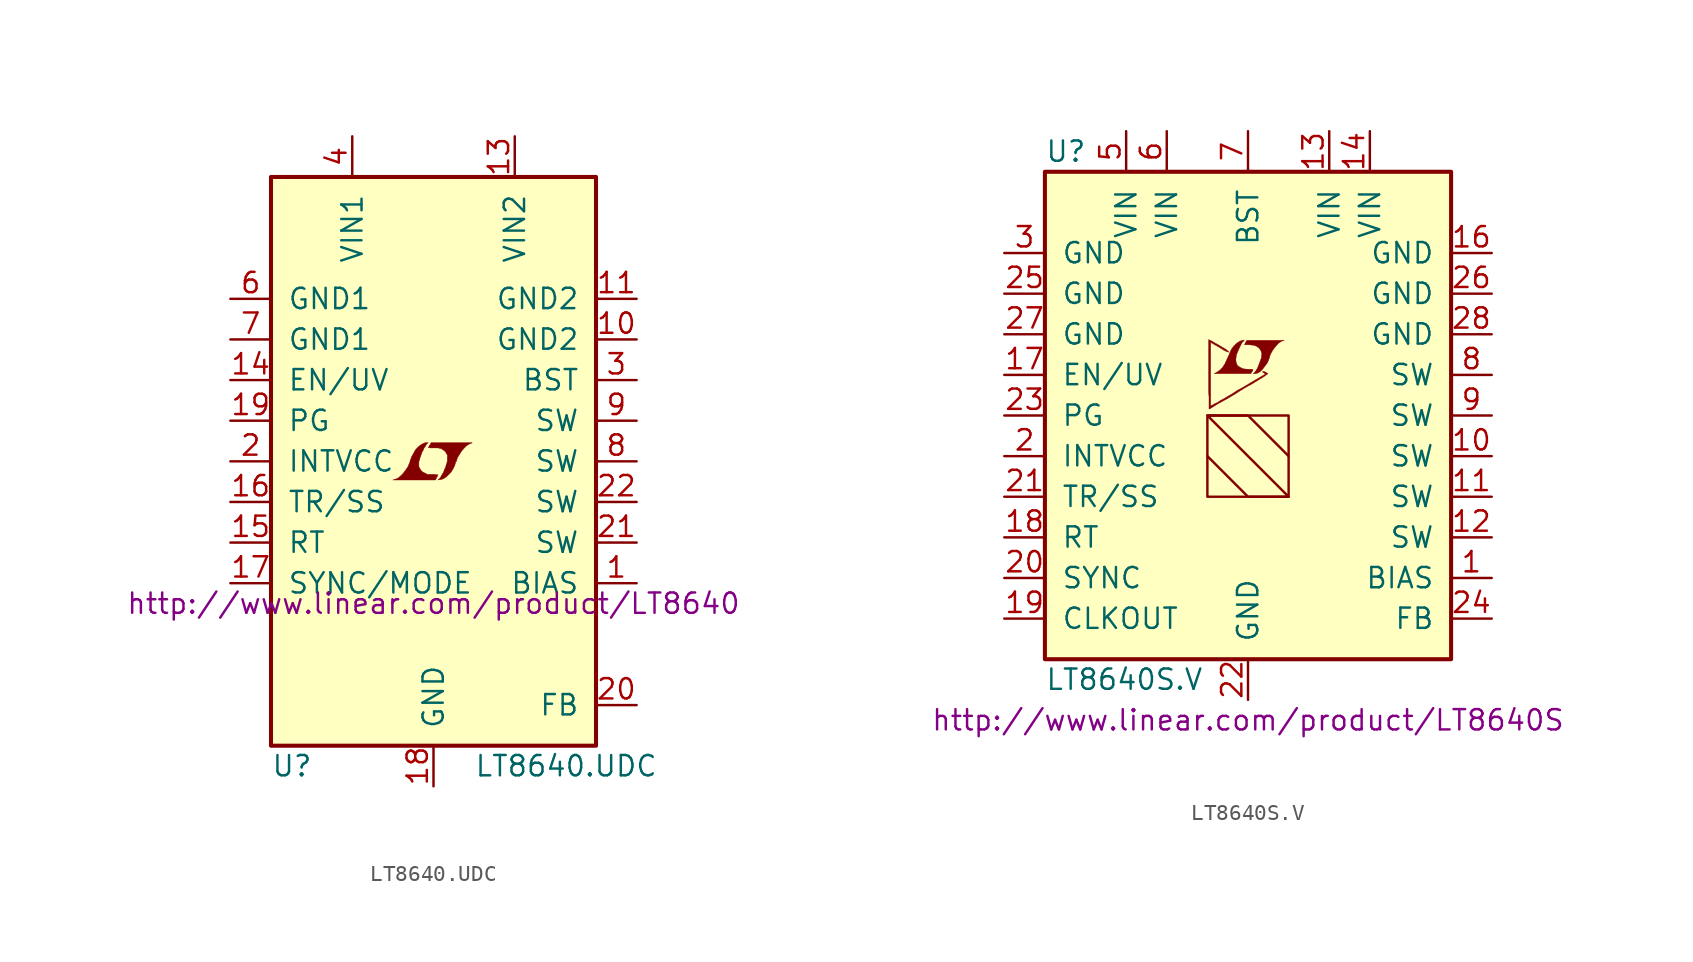
<source format=kicad_sym>
(kicad_symbol_lib
  (version 20201005)
  (generator kicad_symbol_editor)
  (symbol "LT8640.UDC"
    (pin_names
      (offset 1.016))
    (property "Reference" "U"
      (at -10.16 -19.05 0)
      (effects (font (size 1.27 1.27)) (justify left)))
    (property "Value" "LT8640.UDC"
      (at 2.54 -19.05 0)
      (effects (font (size 1.27 1.27)) (justify left)))
    (property "Datasheet" "http://www.linear.com/product/LT8640"
      (at 0 -8.89 0)
      (effects (font (size 1.27 1.27))))
    (symbol "LT8640.UDC_0_0"
      (polyline (pts (xy 0.203 -0.991) (xy 0.229 -0.965) (xy 0.279 -0.864) (xy 0.279 -0.838) (xy 0.152 -0.838) (xy 0.051 -0.813) (xy -0.406 -0.813) (xy -0.432 -0.787) (xy -0.686 -0.66) (xy -0.787 -0.559) (xy -0.864 -0.432) (xy -0.914 -0.33) (xy -0.914 -0.025) (xy -0.864 0.127) (xy -0.838 0.229) (xy -0.813 0.305) (xy -0.762 0.432) (xy -0.711 0.584) (xy -0.635 0.711) (xy -0.584 0.838) (xy -0.508 0.94) (xy -0.457 1.041) (xy -0.33 1.168) (xy -0.508 1.168) (xy -0.635 1.118) (xy -0.737 1.067) (xy -0.813 1.016) (xy -0.94 0.914) (xy -1.118 0.737) (xy -1.372 0.279) (xy -1.473 0) (xy -1.473 -0.051) (xy -1.524 -0.152) (xy -1.575 -0.279) (xy -1.626 -0.381) (xy -1.753 -0.559) (xy -1.905 -0.762) (xy -2.057 -0.914) (xy -2.21 -1.041) (xy -2.388 -1.118) (xy -2.54 -1.168) (xy 0.127 -1.168) (xy 0.203 -0.991)) (stroke (width 0.025)) (fill (type outline)))
      (polyline (pts (xy 0.406 -1.143) (xy 0.483 -1.143) (xy 0.66 -1.067) (xy 0.813 -0.965) (xy 1.092 -0.686) (xy 1.219 -0.483) (xy 1.321 -0.279) (xy 1.397 -0.025) (xy 1.422 -0.025) (xy 1.499 0.229) (xy 1.753 0.635) (xy 1.905 0.813) (xy 2.057 0.965) (xy 2.21 1.067) (xy 2.388 1.143) (xy 2.413 1.143) (xy 2.413 1.168) (xy -0.152 1.168) (xy -0.229 1.016) (xy -0.254 0.991) (xy -0.305 0.889) (xy -0.33 0.864) (xy -0.279 0.864) (xy -0.229 0.838) (xy 0.305 0.838) (xy 0.356 0.813) (xy 0.406 0.813) (xy 0.483 0.787) (xy 0.61 0.711) (xy 0.737 0.61) (xy 0.813 0.483) (xy 0.838 0.432) (xy 0.864 0.406) (xy 0.864 0) (xy 0.838 -0.051) (xy 0.838 -0.127) (xy 0.787 -0.229) (xy 0.762 -0.356) (xy 0.686 -0.508) (xy 0.635 -0.66) (xy 0.483 -0.914) (xy 0.432 -1.016) (xy 0.279 -1.168) (xy 0.406 -1.143)) (stroke (width 0.025)) (fill (type outline))))
    (symbol "LT8640.UDC_0_1"
      (rectangle (start -10.16 17.78) (end 10.16 -17.78) (stroke (width 0.254)) (fill (type background))))
    (symbol "LT8640.UDC_1_1"
      (pin passive line (at 12.7 -7.62 180) (length 2.54) (name "BIAS" (effects (font (size 1.27 1.27)))) (number "1" (effects (font (size 1.27 1.27)))))
      (pin power_in line (at 12.7 7.62 180) (length 2.54) (name "GND2" (effects (font (size 1.27 1.27)))) (number "10" (effects (font (size 1.27 1.27)))))
      (pin power_in line (at 12.7 10.16 180) (length 2.54) (name "GND2" (effects (font (size 1.27 1.27)))) (number "11" (effects (font (size 1.27 1.27)))))
      (pin power_in line (at 5.08 20.32 270) (length 2.54) (name "VIN2" (effects (font (size 1.27 1.27)))) (number "13" (effects (font (size 1.27 1.27)))))
      (pin input line (at -12.7 5.08 0) (length 2.54) (name "EN/UV" (effects (font (size 1.27 1.27)))) (number "14" (effects (font (size 1.27 1.27)))))
      (pin passive line (at -12.7 -5.08 0) (length 2.54) (name "RT" (effects (font (size 1.27 1.27)))) (number "15" (effects (font (size 1.27 1.27)))))
      (pin passive line (at -12.7 -2.54 0) (length 2.54) (name "TR/SS" (effects (font (size 1.27 1.27)))) (number "16" (effects (font (size 1.27 1.27)))))
      (pin input line (at -12.7 -7.62 0) (length 2.54) (name "SYNC/MODE" (effects (font (size 1.27 1.27)))) (number "17" (effects (font (size 1.27 1.27)))))
      (pin power_in line (at 0 -20.32 90) (length 2.54) (name "GND" (effects (font (size 1.27 1.27)))) (number "18" (effects (font (size 1.27 1.27)))))
      (pin open_collector line (at -12.7 2.54 0) (length 2.54) (name "PG" (effects (font (size 1.27 1.27)))) (number "19" (effects (font (size 1.27 1.27)))))
      (pin passive line (at -12.7 0 0) (length 2.54) (name "INTVCC" (effects (font (size 1.27 1.27)))) (number "2" (effects (font (size 1.27 1.27)))))
      (pin input line (at 12.7 -15.24 180) (length 2.54) (name "FB" (effects (font (size 1.27 1.27)))) (number "20" (effects (font (size 1.27 1.27)))))
      (pin passive line (at 12.7 -5.08 180) (length 2.54) (name "SW" (effects (font (size 1.27 1.27)))) (number "21" (effects (font (size 1.27 1.27)))))
      (pin passive line (at 12.7 -2.54 180) (length 2.54) (name "SW" (effects (font (size 1.27 1.27)))) (number "22" (effects (font (size 1.27 1.27)))))
      (pin passive line (at 12.7 5.08 180) (length 2.54) (name "BST" (effects (font (size 1.27 1.27)))) (number "3" (effects (font (size 1.27 1.27)))))
      (pin power_in line (at -5.08 20.32 270) (length 2.54) (name "VIN1" (effects (font (size 1.27 1.27)))) (number "4" (effects (font (size 1.27 1.27)))))
      (pin power_in line (at -12.7 10.16 0) (length 2.54) (name "GND1" (effects (font (size 1.27 1.27)))) (number "6" (effects (font (size 1.27 1.27)))))
      (pin power_in line (at -12.7 7.62 0) (length 2.54) (name "GND1" (effects (font (size 1.27 1.27)))) (number "7" (effects (font (size 1.27 1.27)))))
      (pin passive line (at 12.7 0 180) (length 2.54) (name "SW" (effects (font (size 1.27 1.27)))) (number "8" (effects (font (size 1.27 1.27)))))
      (pin passive line (at 12.7 2.54 180) (length 2.54) (name "SW" (effects (font (size 1.27 1.27)))) (number "9" (effects (font (size 1.27 1.27)))))))
  (symbol "LT8640S.V"
    (pin_names
      (offset 1.016))
    (property "Reference" "U"
      (at -12.7 16.51 0)
      (effects (font (size 1.27 1.27)) (justify left)))
    (property "Value" "LT8640S.V"
      (at -12.7 -16.51 0)
      (effects (font (size 1.27 1.27)) (justify left)))
    (property "Datasheet" "http://www.linear.com/product/LT8640S"
      (at 0 -19.05 0)
      (effects (font (size 1.27 1.27))))
    (symbol "LT8640S.V_0_0"
      (polyline (pts (xy 0.584 2.642) (xy 0.762 2.743) (xy 0.914 2.896) (xy 1.219 3.302) (xy 1.321 3.556) (xy 1.397 3.81) (xy 1.549 4.089) (xy 1.727 4.318) (xy 1.905 4.521) (xy 2.108 4.648) (xy 2.261 4.699) (xy -0.076 4.699) (xy -0.152 4.572) (xy -0.152 4.547) (xy -0.203 4.47) (xy -0.229 4.445) (xy -0.178 4.42) (xy 0.102 4.42) (xy 0.356 4.394) (xy 0.559 4.318) (xy 0.711 4.191) (xy 0.813 4.039) (xy 0.864 3.861) (xy 0.838 3.632) (xy 0.838 3.607) (xy 0.61 2.997) (xy 0.508 2.819) (xy 0.406 2.692) (xy 0.33 2.616) (xy 0.432 2.616) (xy 0.584 2.642)) (stroke (width 0.025)) (fill (type outline)))
      (polyline (pts (xy 0.229 2.718) (xy 0.254 2.743) (xy 0.305 2.819) (xy 0.305 2.87) (xy 0.254 2.896) (xy -0.051 2.896) (xy -0.305 2.921) (xy -0.508 3.023) (xy -0.66 3.124) (xy -0.737 3.302) (xy -0.762 3.48) (xy -0.737 3.708) (xy -0.737 3.734) (xy -0.686 3.886) (xy -0.533 4.242) (xy -0.381 4.547) (xy -0.305 4.623) (xy -0.229 4.724) (xy -0.356 4.699) (xy -0.508 4.648) (xy -0.711 4.521) (xy -0.889 4.343) (xy -1.041 4.14) (xy -1.168 3.861) (xy -1.168 3.835) (xy -1.321 3.505) (xy -1.448 3.226) (xy -1.6 2.997) (xy -1.753 2.845) (xy -1.93 2.718) (xy -2.108 2.616) (xy 0.178 2.616) (xy 0.229 2.718)) (stroke (width 0.025)) (fill (type outline)))
      (polyline (pts (xy -2.362 0.432) (xy -2.286 0.483) (xy -2.159 0.559) (xy -2.083 0.61) (xy -1.829 0.762) (xy -1.27 1.067) (xy -0.762 1.372) (xy -0.533 1.524) (xy -0.356 1.626) (xy -0.203 1.727) (xy -0.102 1.778) (xy -0.025 1.829) (xy 0.127 1.905) (xy 0.305 2.007) (xy 0.711 2.261) (xy 0.889 2.362) (xy 1.041 2.464) (xy 1.143 2.54) (xy 1.219 2.591) (xy 1.245 2.616) (xy 1.092 2.718) (xy 0.94 2.769) (xy 0.914 2.743) (xy 0.914 2.718) (xy 0.991 2.667) (xy 1.092 2.591) (xy 0.178 2.057) (xy -0.025 1.93) (xy -0.33 1.753) (xy -0.66 1.575) (xy -0.965 1.372) (xy -1.27 1.194) (xy -1.524 1.041) (xy -1.727 0.94) (xy -1.905 0.813) (xy -2.083 0.737) (xy -2.21 0.66) (xy -2.311 0.61) (xy -2.337 0.584) (xy -2.337 4.572) (xy -1.803 4.267) (xy -1.676 4.191) (xy -1.524 4.089) (xy -1.372 4.013) (xy -1.295 3.988) (xy -1.245 3.962) (xy -1.219 3.962) (xy -1.219 4.013) (xy -1.295 4.064) (xy -1.422 4.166) (xy -1.6 4.267) (xy -1.727 4.343) (xy -2.083 4.547) (xy -2.21 4.623) (xy -2.464 4.75) (xy -2.464 1.473) (xy -2.438 1.168) (xy -2.438 0.406) (xy -2.413 0.406) (xy -2.362 0.432)) (stroke (width 0.025)) (fill (type outline))))
    (symbol "LT8640S.V_0_1"
      (rectangle (start -12.7 15.24) (end 12.7 -15.24) (stroke (width 0.254)) (fill (type background)))
      (rectangle (start -2.54 0) (end 2.54 -5.08) (stroke (width 0)) (fill (type none)))
      (polyline (pts (xy -2.54 -2.54) (xy 0 -5.08) (xy 2.54 -5.08) (xy -2.54 0) (xy 0 0) (xy 2.54 -2.54)) (stroke (width 0)) (fill (type none))))
    (symbol "LT8640S.V_1_1"
      (pin passive line (at 15.24 -10.16 180) (length 2.54) (name "BIAS" (effects (font (size 1.27 1.27)))) (number "1" (effects (font (size 1.27 1.27)))))
      (pin passive line (at 15.24 -2.54 180) (length 2.54) (name "SW" (effects (font (size 1.27 1.27)))) (number "10" (effects (font (size 1.27 1.27)))))
      (pin passive line (at 15.24 -5.08 180) (length 2.54) (name "SW" (effects (font (size 1.27 1.27)))) (number "11" (effects (font (size 1.27 1.27)))))
      (pin passive line (at 15.24 -7.62 180) (length 2.54) (name "SW" (effects (font (size 1.27 1.27)))) (number "12" (effects (font (size 1.27 1.27)))))
      (pin power_in line (at 5.08 17.78 270) (length 2.54) (name "VIN" (effects (font (size 1.27 1.27)))) (number "13" (effects (font (size 1.27 1.27)))))
      (pin power_in line (at 7.62 17.78 270) (length 2.54) (name "VIN" (effects (font (size 1.27 1.27)))) (number "14" (effects (font (size 1.27 1.27)))))
      (pin unconnected line (at -5.08 -17.78 90) (length 2.54) hide (name "NC" (effects (font (size 1.27 1.27)))) (number "15" (effects (font (size 1.27 1.27)))))
      (pin power_in line (at 15.24 10.16 180) (length 2.54) (name "GND" (effects (font (size 1.27 1.27)))) (number "16" (effects (font (size 1.27 1.27)))))
      (pin input line (at -15.24 2.54 0) (length 2.54) (name "EN/UV" (effects (font (size 1.27 1.27)))) (number "17" (effects (font (size 1.27 1.27)))))
      (pin passive line (at -15.24 -7.62 0) (length 2.54) (name "RT" (effects (font (size 1.27 1.27)))) (number "18" (effects (font (size 1.27 1.27)))))
      (pin output line (at -15.24 -12.7 0) (length 2.54) (name "CLKOUT" (effects (font (size 1.27 1.27)))) (number "19" (effects (font (size 1.27 1.27)))))
      (pin passive line (at -15.24 -2.54 0) (length 2.54) (name "INTVCC" (effects (font (size 1.27 1.27)))) (number "2" (effects (font (size 1.27 1.27)))))
      (pin input line (at -15.24 -10.16 0) (length 2.54) (name "SYNC" (effects (font (size 1.27 1.27)))) (number "20" (effects (font (size 1.27 1.27)))))
      (pin passive line (at -15.24 -5.08 0) (length 2.54) (name "TR/SS" (effects (font (size 1.27 1.27)))) (number "21" (effects (font (size 1.27 1.27)))))
      (pin power_in line (at 0 -17.78 90) (length 2.54) (name "GND" (effects (font (size 1.27 1.27)))) (number "22" (effects (font (size 1.27 1.27)))))
      (pin open_collector line (at -15.24 0 0) (length 2.54) (name "PG" (effects (font (size 1.27 1.27)))) (number "23" (effects (font (size 1.27 1.27)))))
      (pin input line (at 15.24 -12.7 180) (length 2.54) (name "FB" (effects (font (size 1.27 1.27)))) (number "24" (effects (font (size 1.27 1.27)))))
      (pin power_in line (at -15.24 7.62 0) (length 2.54) (name "GND" (effects (font (size 1.27 1.27)))) (number "25" (effects (font (size 1.27 1.27)))))
      (pin power_in line (at 15.24 7.62 180) (length 2.54) (name "GND" (effects (font (size 1.27 1.27)))) (number "26" (effects (font (size 1.27 1.27)))))
      (pin power_in line (at -15.24 5.08 0) (length 2.54) (name "GND" (effects (font (size 1.27 1.27)))) (number "27" (effects (font (size 1.27 1.27)))))
      (pin power_in line (at 15.24 5.08 180) (length 2.54) (name "GND" (effects (font (size 1.27 1.27)))) (number "28" (effects (font (size 1.27 1.27)))))
      (pin power_in line (at -15.24 10.16 0) (length 2.54) (name "GND" (effects (font (size 1.27 1.27)))) (number "3" (effects (font (size 1.27 1.27)))))
      (pin unconnected line (at -2.54 -17.78 90) (length 2.54) hide (name "NC" (effects (font (size 1.27 1.27)))) (number "4" (effects (font (size 1.27 1.27)))))
      (pin power_in line (at -7.62 17.78 270) (length 2.54) (name "VIN" (effects (font (size 1.27 1.27)))) (number "5" (effects (font (size 1.27 1.27)))))
      (pin power_in line (at -5.08 17.78 270) (length 2.54) (name "VIN" (effects (font (size 1.27 1.27)))) (number "6" (effects (font (size 1.27 1.27)))))
      (pin passive line (at 0 17.78 270) (length 2.54) (name "BST" (effects (font (size 1.27 1.27)))) (number "7" (effects (font (size 1.27 1.27)))))
      (pin power_out line (at 15.24 2.54 180) (length 2.54) (name "SW" (effects (font (size 1.27 1.27)))) (number "8" (effects (font (size 1.27 1.27)))))
      (pin passive line (at 15.24 0 180) (length 2.54) (name "SW" (effects (font (size 1.27 1.27)))) (number "9" (effects (font (size 1.27 1.27))))))))
</source>
